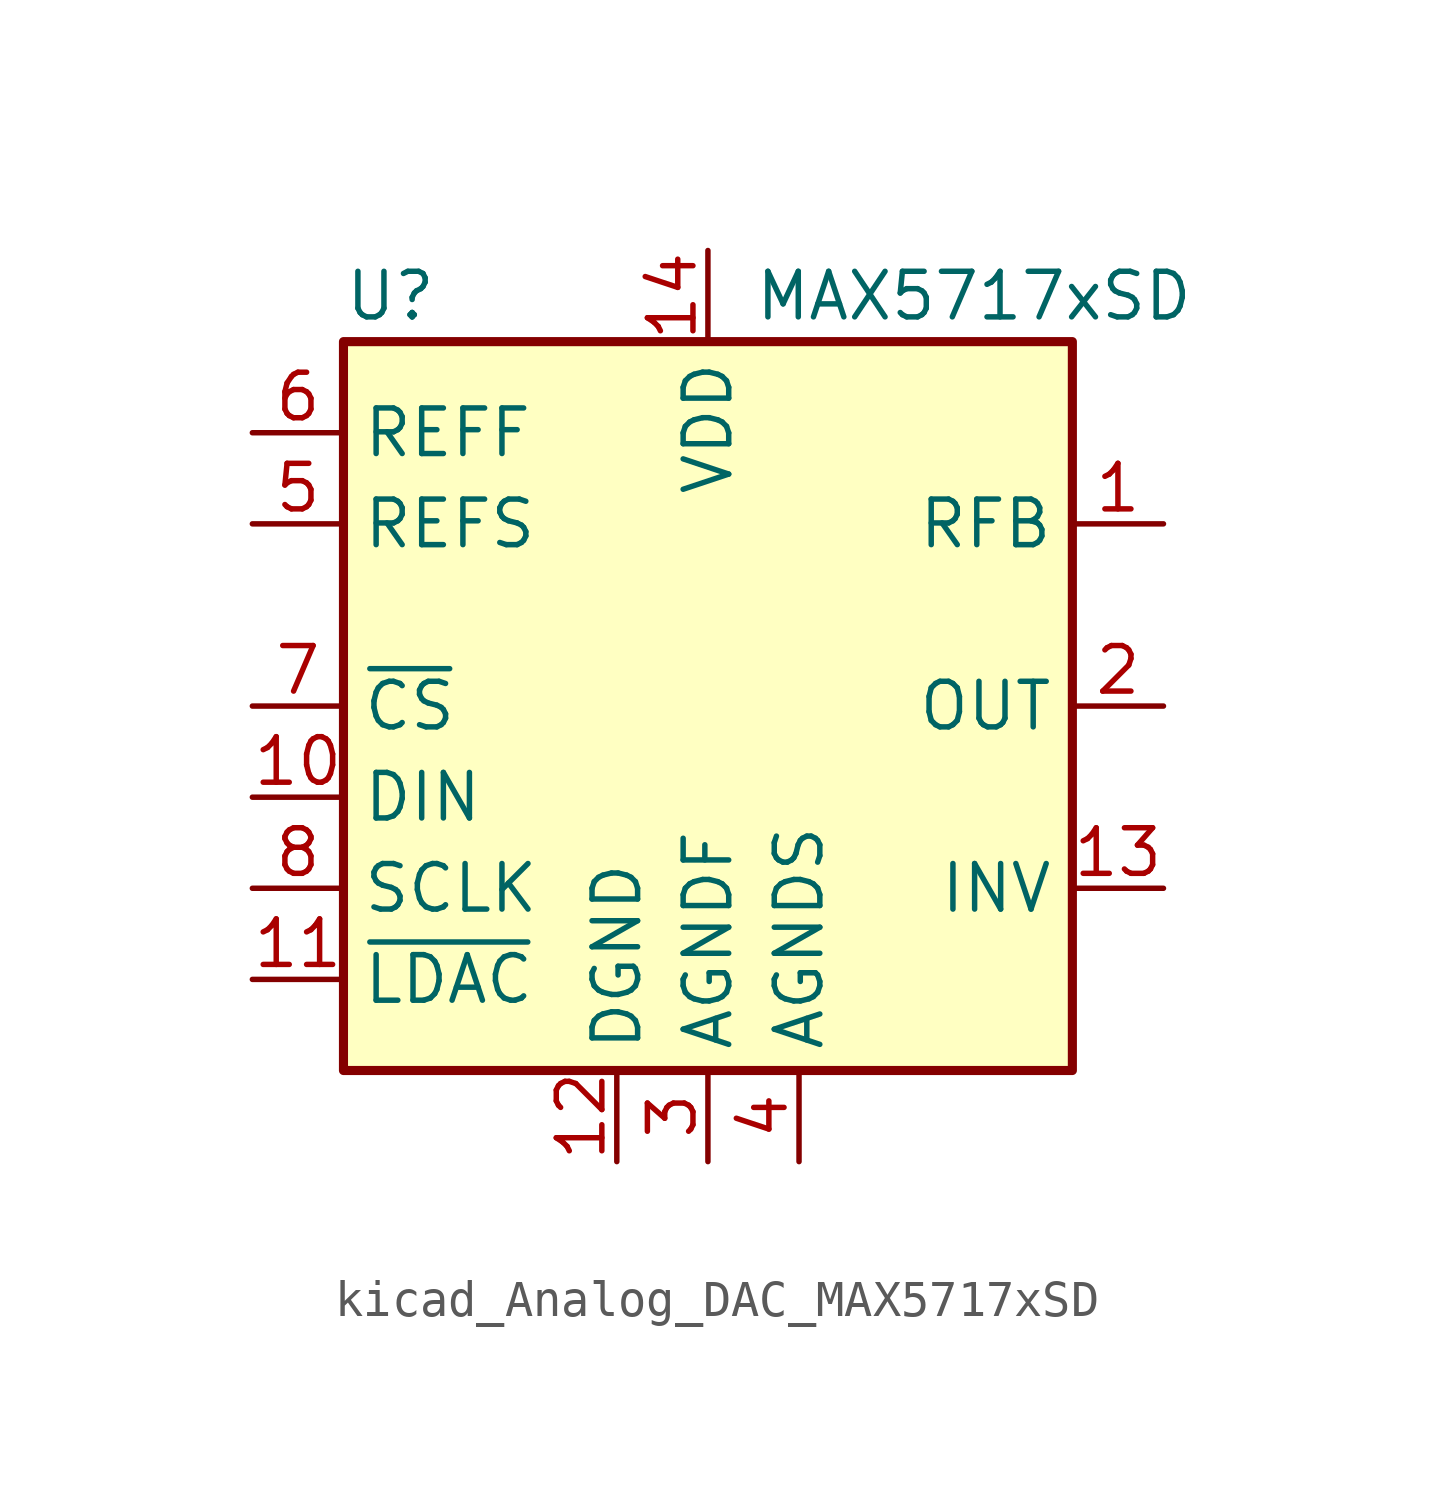
<source format=kicad_sym>
(kicad_symbol_lib
  (version 20220914)
  (generator kicad_symbol_editor)
  (symbol "kicad_Analog_DAC_MAX5717xSD"
    (property "Reference" "U"
      (at -10.16 11.43 0)
      (effects (font (size 1.27 1.27)) (justify left)))
    (property "Value" "MAX5717xSD"
      (at 1.27 11.43 0)
      (effects (font (size 1.27 1.27)) (justify left)))
    (symbol "kicad_Analog_DAC_MAX5717xSD_0_1"
      (rectangle (start -10.16 10.16) (end 10.16 -10.16) (stroke (width 0.254) (type default)) (fill (type background))))
    (symbol "kicad_Analog_DAC_MAX5717xSD_1_1"
      (pin passive line (at 12.7 5.08 180) (length 2.54) (name "RFB" (effects (font (size 1.27 1.27)))) (number "1" (effects (font (size 1.27 1.27)))))
      (pin input line (at -12.7 -2.54 0) (length 2.54) (name "DIN" (effects (font (size 1.27 1.27)))) (number "10" (effects (font (size 1.27 1.27)))))
      (pin input line (at -12.7 -7.62 0) (length 2.54) (name "~{LDAC}" (effects (font (size 1.27 1.27)))) (number "11" (effects (font (size 1.27 1.27)))))
      (pin power_in line (at -2.54 -12.7 90) (length 2.54) (name "DGND" (effects (font (size 1.27 1.27)))) (number "12" (effects (font (size 1.27 1.27)))))
      (pin passive line (at 12.7 -5.08 180) (length 2.54) (name "INV" (effects (font (size 1.27 1.27)))) (number "13" (effects (font (size 1.27 1.27)))))
      (pin power_in line (at 0 12.7 270) (length 2.54) (name "VDD" (effects (font (size 1.27 1.27)))) (number "14" (effects (font (size 1.27 1.27)))))
      (pin output line (at 12.7 0 180) (length 2.54) (name "OUT" (effects (font (size 1.27 1.27)))) (number "2" (effects (font (size 1.27 1.27)))))
      (pin power_in line (at 0 -12.7 90) (length 2.54) (name "AGNDF" (effects (font (size 1.27 1.27)))) (number "3" (effects (font (size 1.27 1.27)))))
      (pin power_in line (at 2.54 -12.7 90) (length 2.54) (name "AGNDS" (effects (font (size 1.27 1.27)))) (number "4" (effects (font (size 1.27 1.27)))))
      (pin input line (at -12.7 5.08 0) (length 2.54) (name "REFS" (effects (font (size 1.27 1.27)))) (number "5" (effects (font (size 1.27 1.27)))))
      (pin input line (at -12.7 7.62 0) (length 2.54) (name "REFF" (effects (font (size 1.27 1.27)))) (number "6" (effects (font (size 1.27 1.27)))))
      (pin input line (at -12.7 0 0) (length 2.54) (name "~{CS}" (effects (font (size 1.27 1.27)))) (number "7" (effects (font (size 1.27 1.27)))))
      (pin input line (at -12.7 -5.08 0) (length 2.54) (name "SCLK" (effects (font (size 1.27 1.27)))) (number "8" (effects (font (size 1.27 1.27)))))
      (pin no_connect line (at 10.16 -7.62 180) (length 2.54) hide (name "NC" (effects (font (size 1.27 1.27)))) (number "9" (effects (font (size 1.27 1.27))))))))
</source>
